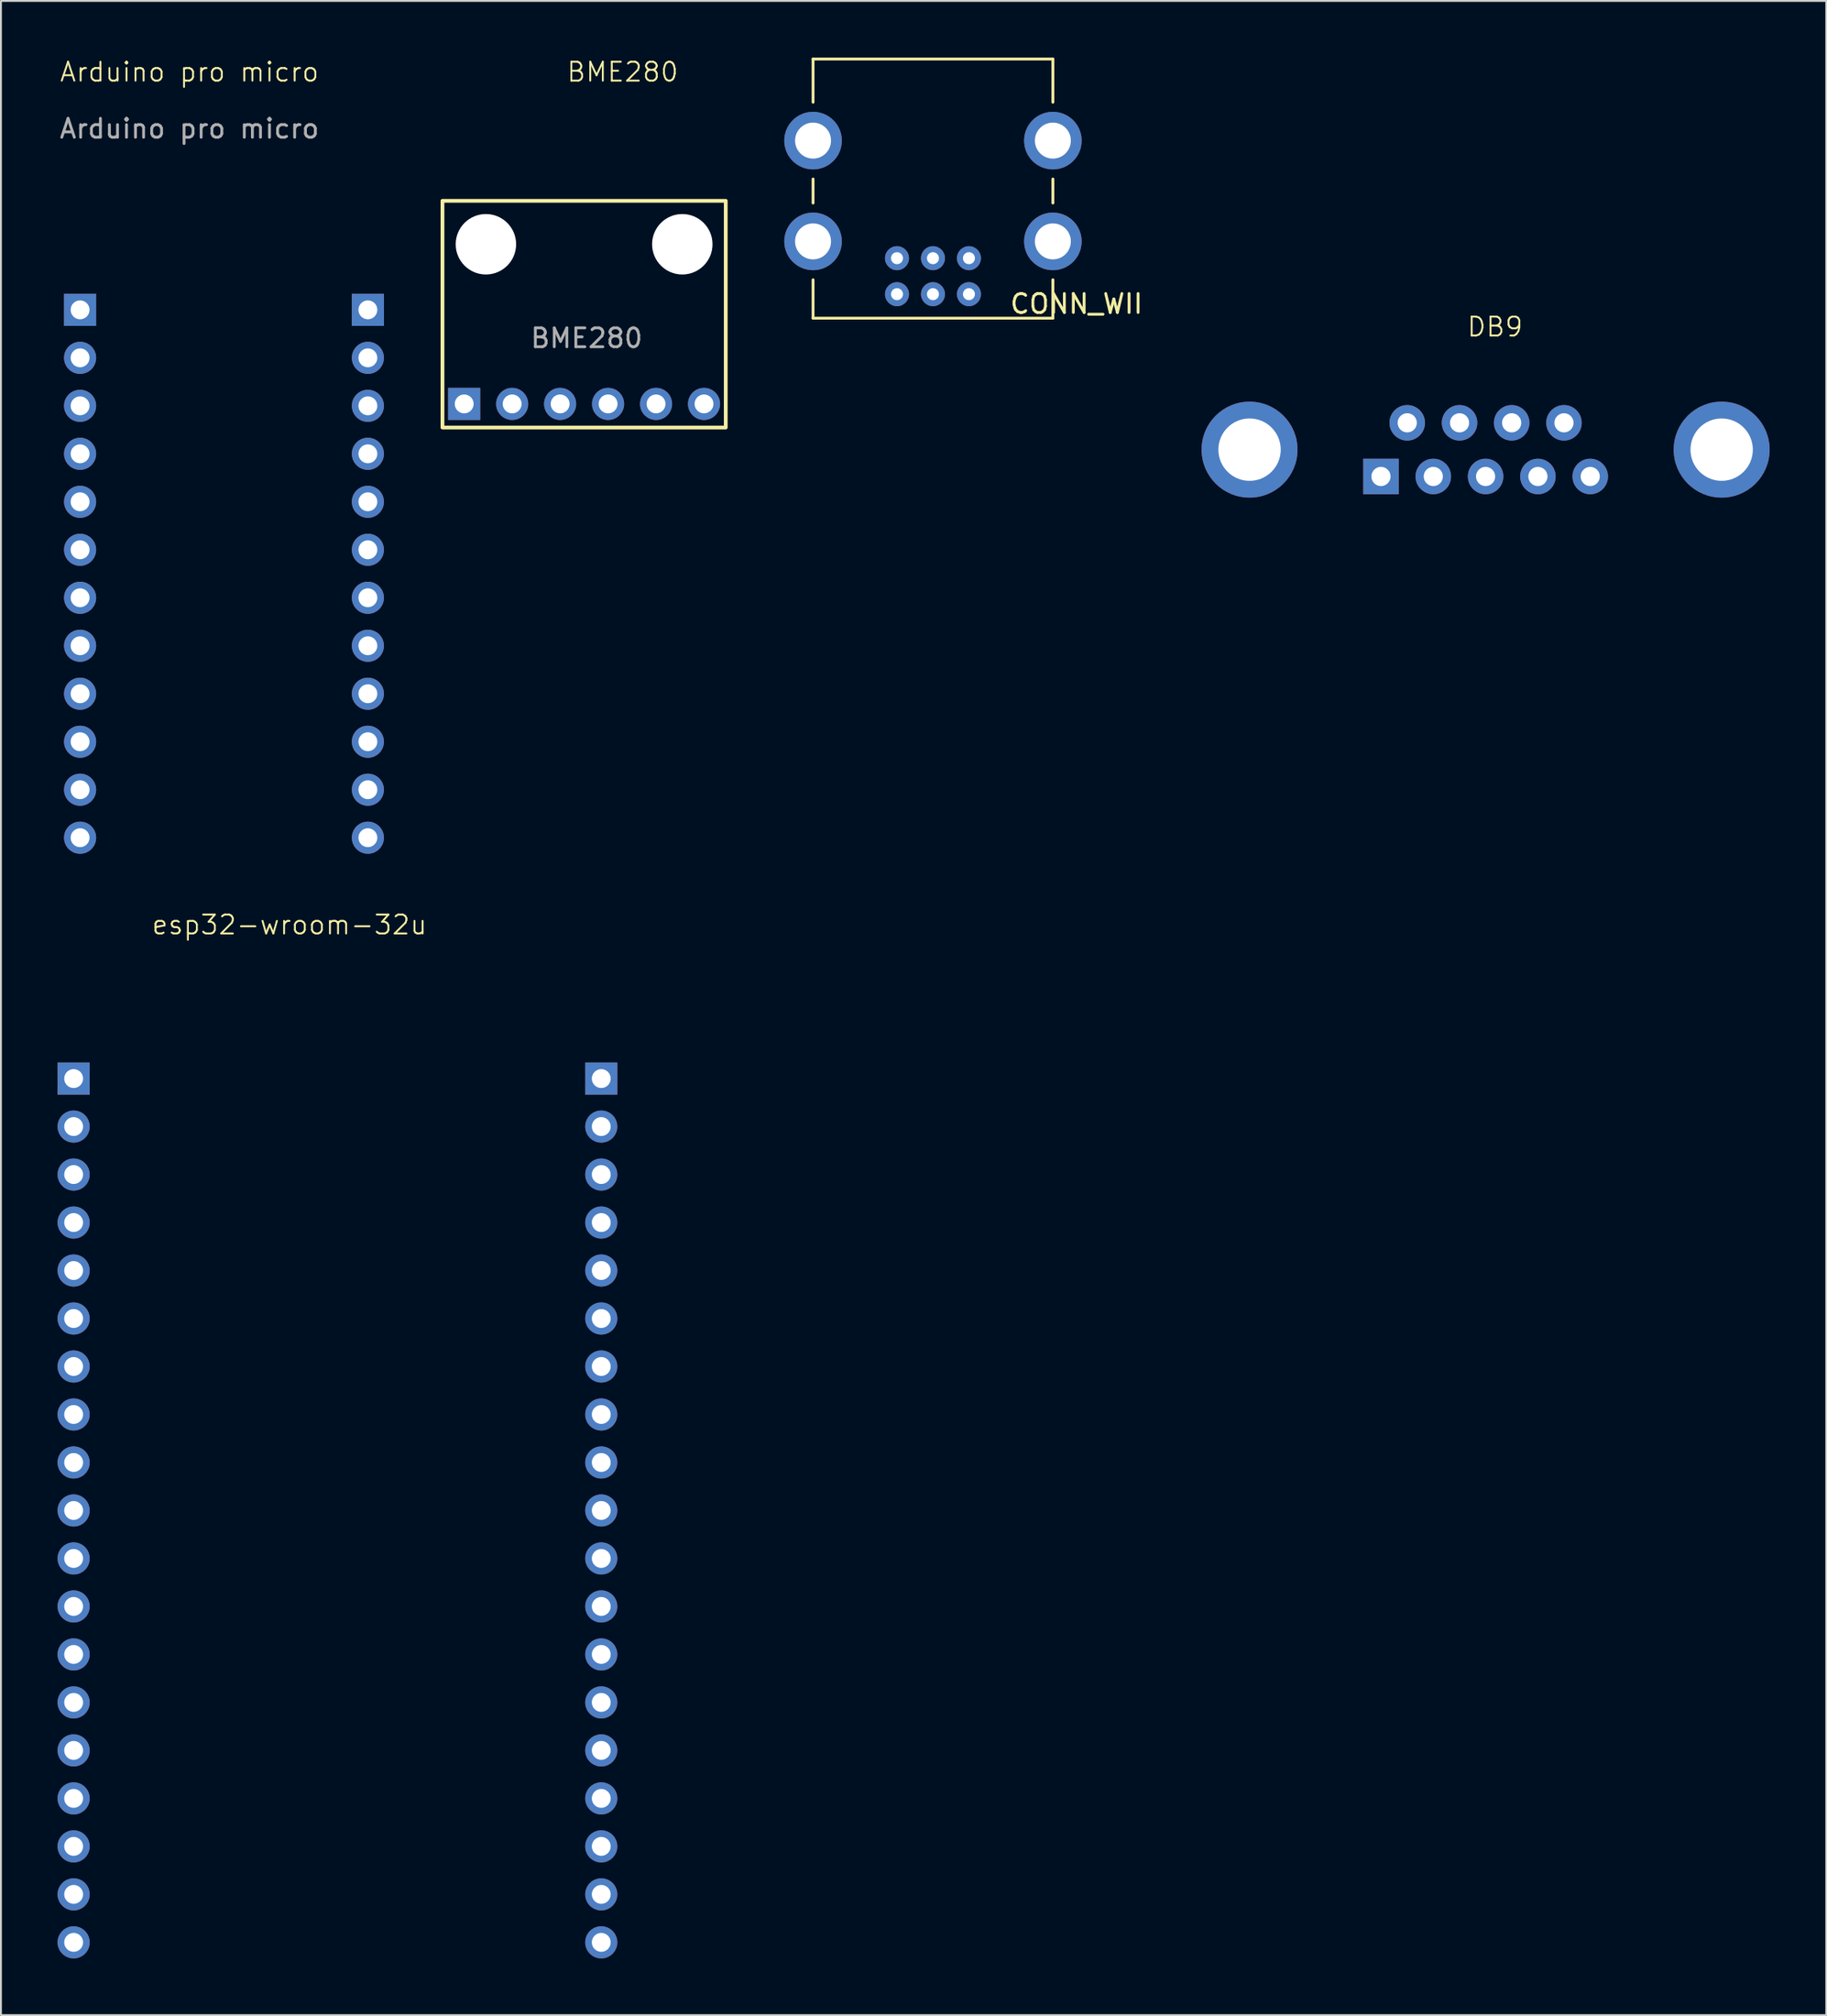
<source format=kicad_pcb>
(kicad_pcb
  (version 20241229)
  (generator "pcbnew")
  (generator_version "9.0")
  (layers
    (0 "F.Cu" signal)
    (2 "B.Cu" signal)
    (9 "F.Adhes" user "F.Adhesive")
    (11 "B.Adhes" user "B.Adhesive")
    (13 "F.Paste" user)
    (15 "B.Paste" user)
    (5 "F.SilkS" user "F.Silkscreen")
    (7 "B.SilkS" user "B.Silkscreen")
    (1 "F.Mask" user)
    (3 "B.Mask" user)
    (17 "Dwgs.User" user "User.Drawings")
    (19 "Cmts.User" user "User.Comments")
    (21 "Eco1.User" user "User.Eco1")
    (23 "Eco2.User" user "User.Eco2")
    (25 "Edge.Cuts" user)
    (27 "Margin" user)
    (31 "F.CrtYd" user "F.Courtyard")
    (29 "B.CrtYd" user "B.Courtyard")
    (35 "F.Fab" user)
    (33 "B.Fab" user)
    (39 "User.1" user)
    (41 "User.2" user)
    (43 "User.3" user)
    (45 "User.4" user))
  (footprint "esp32-wroom-32u"
    (layer "F.Cu")
    (at 13.55 66.221)
    (property "Reference" "esp32-wroom-32u" (at -1.27 -20.32 0) (unlocked yes) (layer "F.SilkS") (effects (font (size 1 1) (thickness 0.1))))
    (attr through_hole)
    (pad "1" thru_hole rect (at -12.7 -12.182) (size 1.7 1.7) (drill 1) (layers "*.Cu" "*.Mask"))
    (pad "2" thru_hole oval (at -12.7 -9.642) (size 1.7 1.7) (drill 1) (layers "*.Cu" "*.Mask"))
    (pad "3" thru_hole oval (at -12.7 -7.102) (size 1.7 1.7) (drill 1) (layers "*.Cu" "*.Mask"))
    (pad "4" thru_hole oval (at -12.7 -4.562) (size 1.7 1.7) (drill 1) (layers "*.Cu" "*.Mask"))
    (pad "5" thru_hole oval (at -12.7 -2.022) (size 1.7 1.7) (drill 1) (layers "*.Cu" "*.Mask"))
    (pad "6" thru_hole oval (at -12.7 0.518) (size 1.7 1.7) (drill 1) (layers "*.Cu" "*.Mask"))
    (pad "7" thru_hole oval (at -12.7 3.058) (size 1.7 1.7) (drill 1) (layers "*.Cu" "*.Mask"))
    (pad "8" thru_hole oval (at -12.7 5.598) (size 1.7 1.7) (drill 1) (layers "*.Cu" "*.Mask"))
    (pad "9" thru_hole oval (at -12.7 8.138) (size 1.7 1.7) (drill 1) (layers "*.Cu" "*.Mask"))
    (pad "10" thru_hole oval (at -12.7 10.678) (size 1.7 1.7) (drill 1) (layers "*.Cu" "*.Mask"))
    (pad "11" thru_hole oval (at -12.7 13.218) (size 1.7 1.7) (drill 1) (layers "*.Cu" "*.Mask"))
    (pad "12" thru_hole oval (at -12.7 15.758) (size 1.7 1.7) (drill 1) (layers "*.Cu" "*.Mask"))
    (pad "13" thru_hole oval (at -12.7 18.298) (size 1.7 1.7) (drill 1) (layers "*.Cu" "*.Mask"))
    (pad "14" thru_hole oval (at -12.7 20.838) (size 1.7 1.7) (drill 1) (layers "*.Cu" "*.Mask"))
    (pad "15" thru_hole oval (at -12.7 23.378) (size 1.7 1.7) (drill 1) (layers "*.Cu" "*.Mask"))
    (pad "16" thru_hole oval (at -12.7 25.918) (size 1.7 1.7) (drill 1) (layers "*.Cu" "*.Mask"))
    (pad "17" thru_hole oval (at -12.7 28.458) (size 1.7 1.7) (drill 1) (layers "*.Cu" "*.Mask"))
    (pad "18" thru_hole oval (at -12.7 30.998) (size 1.7 1.7) (drill 1) (layers "*.Cu" "*.Mask"))
    (pad "19" thru_hole oval (at -12.7 33.538) (size 1.7 1.7) (drill 1) (layers "*.Cu" "*.Mask"))
    (pad "20" thru_hole rect (at 15.24 -12.182) (size 1.7 1.7) (drill 1) (layers "*.Cu" "*.Mask"))
    (pad "21" thru_hole oval (at 15.24 -9.642) (size 1.7 1.7) (drill 1) (layers "*.Cu" "*.Mask"))
    (pad "22" thru_hole oval (at 15.24 -7.102) (size 1.7 1.7) (drill 1) (layers "*.Cu" "*.Mask"))
    (pad "23" thru_hole oval (at 15.24 -4.562) (size 1.7 1.7) (drill 1) (layers "*.Cu" "*.Mask"))
    (pad "24" thru_hole oval (at 15.24 -2.022) (size 1.7 1.7) (drill 1) (layers "*.Cu" "*.Mask"))
    (pad "25" thru_hole oval (at 15.24 0.518) (size 1.7 1.7) (drill 1) (layers "*.Cu" "*.Mask"))
    (pad "26" thru_hole oval (at 15.24 3.058) (size 1.7 1.7) (drill 1) (layers "*.Cu" "*.Mask"))
    (pad "27" thru_hole oval (at 15.24 5.598) (size 1.7 1.7) (drill 1) (layers "*.Cu" "*.Mask"))
    (pad "28" thru_hole oval (at 15.24 8.138) (size 1.7 1.7) (drill 1) (layers "*.Cu" "*.Mask"))
    (pad "29" thru_hole oval (at 15.24 10.678) (size 1.7 1.7) (drill 1) (layers "*.Cu" "*.Mask"))
    (pad "30" thru_hole oval (at 15.24 13.218) (size 1.7 1.7) (drill 1) (layers "*.Cu" "*.Mask"))
    (pad "31" thru_hole oval (at 15.24 15.758) (size 1.7 1.7) (drill 1) (layers "*.Cu" "*.Mask"))
    (pad "32" thru_hole oval (at 15.24 18.298) (size 1.7 1.7) (drill 1) (layers "*.Cu" "*.Mask"))
    (pad "33" thru_hole oval (at 15.24 20.838) (size 1.7 1.7) (drill 1) (layers "*.Cu" "*.Mask"))
    (pad "34" thru_hole oval (at 15.24 23.378) (size 1.7 1.7) (drill 1) (layers "*.Cu" "*.Mask"))
    (pad "35" thru_hole oval (at 15.24 25.918) (size 1.7 1.7) (drill 1) (layers "*.Cu" "*.Mask"))
    (pad "36" thru_hole oval (at 15.24 28.458) (size 1.7 1.7) (drill 1) (layers "*.Cu" "*.Mask"))
    (pad "37" thru_hole oval (at 15.24 30.998) (size 1.7 1.7) (drill 1) (layers "*.Cu" "*.Mask"))
    (pad "38" thru_hole oval (at 15.24 33.538) (size 1.7 1.7) (drill 1) (layers "*.Cu" "*.Mask")))
  (footprint "BME280"
    (layer "F.Cu")
    (at 29.92 1.26)
    (property "Reference" "BME280" (at 0 -0.5 0) (unlocked yes) (layer "F.SilkS") (effects (font (size 1 1) (thickness 0.1))))
    (attr through_hole)
    (fp_rect (start -9.539 6.319) (end 5.461 18.319) (stroke (width 0.2) (type default)) (fill no) (layer "F.SilkS"))
    (fp_text user "${REFERENCE}" (at -1.905 13.589 0) (unlocked yes) (layer "F.Fab") (effects (font (size 1 1) (thickness 0.15))))
    (pad "" np_thru_hole circle (at -7.239 8.619) (size 3.2 3.2) (drill 3.2) (layers "*.Cu" "*.Mask"))
    (pad "" np_thru_hole circle (at 3.161 8.619) (size 3.2 3.2) (drill 3.2) (layers "*.Cu" "*.Mask"))
    (pad "1" thru_hole rect (at -8.389 17.069 90) (size 1.7 1.7) (drill 1) (layers "*.Cu" "*.Mask"))
    (pad "2" thru_hole oval (at -5.849 17.069 90) (size 1.7 1.7) (drill 1) (layers "*.Cu" "*.Mask"))
    (pad "3" thru_hole oval (at -3.309 17.069 90) (size 1.7 1.7) (drill 1) (layers "*.Cu" "*.Mask"))
    (pad "4" thru_hole oval (at -0.769 17.069 90) (size 1.7 1.7) (drill 1) (layers "*.Cu" "*.Mask"))
    (pad "5" thru_hole oval (at 1.771 17.069 90) (size 1.7 1.7) (drill 1) (layers "*.Cu" "*.Mask"))
    (pad "6" thru_hole oval (at 4.311 17.069 90) (size 1.7 1.7) (drill 1) (layers "*.Cu" "*.Mask")))
  (footprint "CONN_WII"
    (layer "F.Cu")
    (at 46.355 6.933)
    (property "Reference" "CONN_WII" (at 7.6 6.1 0) (layer "F.SilkS") (effects (font (size 1 1) (thickness 0.15))))
    (attr through_hole)
    (fp_line (start -6.35 -6.858) (end 6.35 -6.858) (stroke (width 0.15) (type solid)) (layer "F.SilkS"))
    (fp_line (start -6.35 -4.572) (end -6.35 -6.858) (stroke (width 0.15) (type solid)) (layer "F.SilkS"))
    (fp_line (start -6.35 0.762) (end -6.35 -0.508) (stroke (width 0.15) (type solid)) (layer "F.SilkS"))
    (fp_line (start -6.35 6.858) (end -6.35 4.826) (stroke (width 0.15) (type solid)) (layer "F.SilkS"))
    (fp_line (start 6.35 -6.858) (end 6.35 -4.572) (stroke (width 0.15) (type solid)) (layer "F.SilkS"))
    (fp_line (start 6.35 0.762) (end 6.35 -0.508) (stroke (width 0.15) (type solid)) (layer "F.SilkS"))
    (fp_line (start 6.35 6.858) (end -6.35 6.858) (stroke (width 0.15) (type solid)) (layer "F.SilkS"))
    (fp_line (start 6.35 6.858) (end 6.35 4.826) (stroke (width 0.15) (type solid)) (layer "F.SilkS"))
    (pad "" thru_hole circle (at -6.35 -2.54) (size 3.048 3.048) (drill 1.905) (layers "*.Cu" "*.Mask"))
    (pad "" thru_hole circle (at -6.35 2.794) (size 3.048 3.048) (drill 1.905) (layers "*.Cu" "*.Mask"))
    (pad "" thru_hole circle (at 6.35 -2.54) (size 3.048 3.048) (drill 1.905) (layers "*.Cu" "*.Mask"))
    (pad "" thru_hole circle (at 6.35 2.794) (size 3.048 3.048) (drill 1.905) (layers "*.Cu" "*.Mask"))
    (pad "1" thru_hole circle (at 1.905 5.588) (size 1.27 1.27) (drill 0.635) (layers "*.Cu" "*.Mask"))
    (pad "2" thru_hole circle (at 1.905 3.683) (size 1.27 1.27) (drill 0.635) (layers "*.Cu" "*.Mask"))
    (pad "3" thru_hole circle (at 0 5.588) (size 1.27 1.27) (drill 0.635) (layers "*.Cu" "*.Mask"))
    (pad "4" thru_hole circle (at 0 3.683) (size 1.27 1.27) (drill 0.635) (layers "*.Cu" "*.Mask"))
    (pad "5" thru_hole circle (at -1.905 5.588) (size 1.27 1.27) (drill 0.635) (layers "*.Cu" "*.Mask"))
    (pad "6" thru_hole circle (at -1.905 3.683) (size 1.27 1.27) (drill 0.635) (layers "*.Cu" "*.Mask")))
  (footprint "DB9"
    (layer "F.Cu")
    (at 73.12 0.25)
    (property "Reference" "DB9" (at 3 14 0) (unlocked yes) (layer "F.SilkS") (effects (font (size 1 1) (thickness 0.1))))
    (attr through_hole)
    (pad "1" thru_hole rect (at -3.04 21.92) (size 1.88 1.88) (drill 1.016) (layers "*.Cu" "*.Mask"))
    (pad "2" thru_hole circle (at -0.27 21.92) (size 1.88 1.88) (drill 1.016) (layers "*.Cu" "*.Mask"))
    (pad "3" thru_hole circle (at 2.5 21.92) (size 1.88 1.88) (drill 1.016) (layers "*.Cu" "*.Mask"))
    (pad "4" thru_hole circle (at 5.27 21.92) (size 1.88 1.88) (drill 1.016) (layers "*.Cu" "*.Mask"))
    (pad "5" thru_hole circle (at 8.04 21.92) (size 1.88 1.88) (drill 1.016) (layers "*.Cu" "*.Mask"))
    (pad "6" thru_hole circle (at -1.65 19.08) (size 1.88 1.88) (drill 1.016) (layers "*.Cu" "*.Mask"))
    (pad "7" thru_hole circle (at 1.12 19.08) (size 1.88 1.88) (drill 1.016) (layers "*.Cu" "*.Mask"))
    (pad "8" thru_hole circle (at 3.88 19.08) (size 1.88 1.88) (drill 1.016) (layers "*.Cu" "*.Mask"))
    (pad "9" thru_hole circle (at 6.65 19.08) (size 1.88 1.88) (drill 1.016) (layers "*.Cu" "*.Mask"))
    (pad "G1" thru_hole circle (at -10 20.5) (size 5.08 5.08) (drill 3.302) (layers "*.Cu" "*.Mask"))
    (pad "G2" thru_hole circle (at 15 20.5) (size 5.08 5.08) (drill 3.302) (layers "*.Cu" "*.Mask")))
  (footprint "Arduino pro micro"
    (layer "F.Cu")
    (at 6.982 1.26)
    (property "Reference" "Arduino pro micro" (at 0 -0.5 0) (unlocked yes) (layer "F.SilkS") (effects (font (size 1 1) (thickness 0.1))))
    (attr through_hole)
    (fp_text user "${REFERENCE}" (at 0 2.5 0) (unlocked yes) (layer "F.Fab") (effects (font (size 1 1) (thickness 0.15))))
    (pad "1" thru_hole rect (at -5.791 12.09) (size 1.7 1.7) (drill 1) (layers "*.Cu" "*.Mask"))
    (pad "2" thru_hole oval (at -5.791 14.63) (size 1.7 1.7) (drill 1) (layers "*.Cu" "*.Mask"))
    (pad "3" thru_hole oval (at -5.791 17.17) (size 1.7 1.7) (drill 1) (layers "*.Cu" "*.Mask"))
    (pad "4" thru_hole oval (at -5.791 19.71) (size 1.7 1.7) (drill 1) (layers "*.Cu" "*.Mask"))
    (pad "5" thru_hole oval (at -5.791 22.25) (size 1.7 1.7) (drill 1) (layers "*.Cu" "*.Mask"))
    (pad "6" thru_hole oval (at -5.791 24.79) (size 1.7 1.7) (drill 1) (layers "*.Cu" "*.Mask"))
    (pad "7" thru_hole oval (at -5.791 27.33) (size 1.7 1.7) (drill 1) (layers "*.Cu" "*.Mask"))
    (pad "8" thru_hole oval (at -5.791 29.87) (size 1.7 1.7) (drill 1) (layers "*.Cu" "*.Mask"))
    (pad "9" thru_hole oval (at -5.791 32.41) (size 1.7 1.7) (drill 1) (layers "*.Cu" "*.Mask"))
    (pad "10" thru_hole oval (at -5.791 34.95) (size 1.7 1.7) (drill 1) (layers "*.Cu" "*.Mask"))
    (pad "11" thru_hole oval (at -5.791 37.49) (size 1.7 1.7) (drill 1) (layers "*.Cu" "*.Mask"))
    (pad "12" thru_hole oval (at -5.791 40.03) (size 1.7 1.7) (drill 1) (layers "*.Cu" "*.Mask"))
    (pad "13" thru_hole rect (at 9.449 12.09) (size 1.7 1.7) (drill 1) (layers "*.Cu" "*.Mask"))
    (pad "14" thru_hole oval (at 9.449 14.63) (size 1.7 1.7) (drill 1) (layers "*.Cu" "*.Mask"))
    (pad "15" thru_hole oval (at 9.449 17.17) (size 1.7 1.7) (drill 1) (layers "*.Cu" "*.Mask"))
    (pad "16" thru_hole oval (at 9.449 19.71) (size 1.7 1.7) (drill 1) (layers "*.Cu" "*.Mask"))
    (pad "17" thru_hole oval (at 9.449 22.25) (size 1.7 1.7) (drill 1) (layers "*.Cu" "*.Mask"))
    (pad "18" thru_hole oval (at 9.449 24.79) (size 1.7 1.7) (drill 1) (layers "*.Cu" "*.Mask"))
    (pad "19" thru_hole oval (at 9.449 27.33) (size 1.7 1.7) (drill 1) (layers "*.Cu" "*.Mask"))
    (pad "20" thru_hole oval (at 9.449 29.87) (size 1.7 1.7) (drill 1) (layers "*.Cu" "*.Mask"))
    (pad "21" thru_hole oval (at 9.449 32.41) (size 1.7 1.7) (drill 1) (layers "*.Cu" "*.Mask"))
    (pad "22" thru_hole oval (at 9.449 34.95) (size 1.7 1.7) (drill 1) (layers "*.Cu" "*.Mask"))
    (pad "23" thru_hole oval (at 9.449 37.49) (size 1.7 1.7) (drill 1) (layers "*.Cu" "*.Mask"))
    (pad "24" thru_hole oval (at 9.449 40.03) (size 1.7 1.7) (drill 1) (layers "*.Cu" "*.Mask")))
  (gr_rect
    (start -3 -3)
    (end 93.66 103.609)
    (stroke (width 0.1) (type default))
    (fill no)
    (layer "Edge.Cuts")))
</source>
